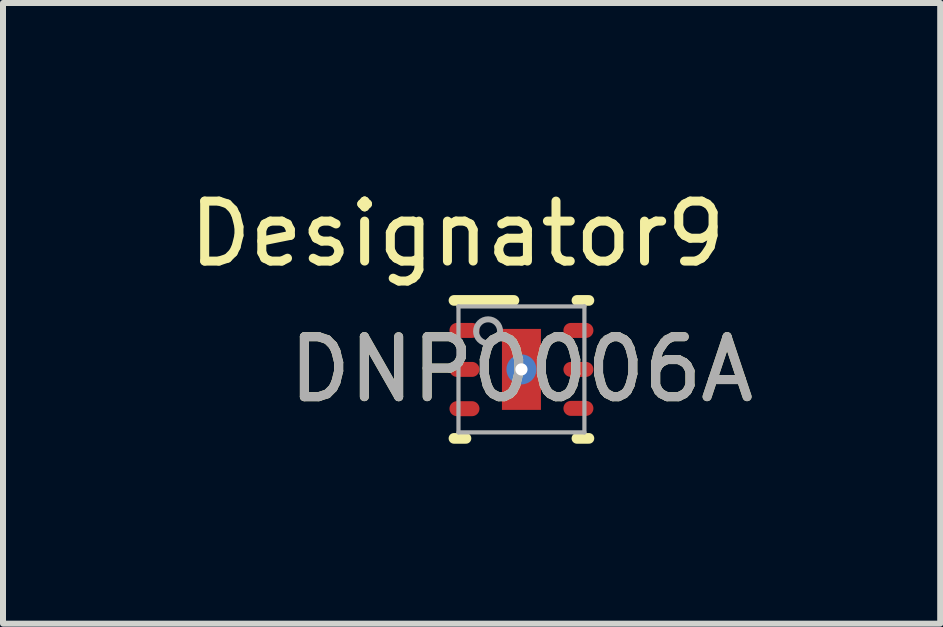
<source format=kicad_pcb>
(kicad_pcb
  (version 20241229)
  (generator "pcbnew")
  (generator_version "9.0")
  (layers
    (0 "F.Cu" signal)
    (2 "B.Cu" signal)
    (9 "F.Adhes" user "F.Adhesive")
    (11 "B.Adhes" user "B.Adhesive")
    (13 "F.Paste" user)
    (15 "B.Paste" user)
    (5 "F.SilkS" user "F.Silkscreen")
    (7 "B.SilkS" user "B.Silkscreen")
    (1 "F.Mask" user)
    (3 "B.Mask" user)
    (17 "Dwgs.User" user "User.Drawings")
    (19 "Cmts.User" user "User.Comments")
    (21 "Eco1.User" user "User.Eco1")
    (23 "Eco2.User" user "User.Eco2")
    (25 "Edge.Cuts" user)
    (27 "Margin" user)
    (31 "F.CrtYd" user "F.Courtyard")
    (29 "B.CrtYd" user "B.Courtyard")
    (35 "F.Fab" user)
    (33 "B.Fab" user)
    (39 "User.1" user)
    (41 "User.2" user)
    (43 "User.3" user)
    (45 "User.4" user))
  (footprint "DNP0006A"
    (layer "F.Cu")
    (at 5.644 3.109)
    (property "Reference" "DNP0006A" (at 0 0 0) (unlocked yes) (layer "F.SilkS") (effects (font (size 1 1) (thickness 0.15))))
    (attr smd)
    (fp_line (start -1.125 -1.15) (end -0.125 -1.15) (stroke (width 0.178) (type solid)) (layer "F.SilkS"))
    (fp_line (start -1.125 1.15) (end -0.925 1.15) (stroke (width 0.178) (type solid)) (layer "F.SilkS"))
    (fp_line (start 0.925 -1.15) (end 1.125 -1.15) (stroke (width 0.178) (type solid)) (layer "F.SilkS"))
    (fp_line (start 0.925 1.15) (end 1.125 1.15) (stroke (width 0.178) (type solid)) (layer "F.SilkS"))
    (fp_poly (pts (xy 0.31 0.625) (xy 0.31 -0.625) (xy -0.31 -0.625) (xy -0.31 0.625)) (stroke (width 0) (type solid)) (fill yes) (layer "F.Paste"))
    (fp_line (start -1.05 -1.05) (end 1.05 -1.05) (stroke (width 0.07) (type solid)) (layer "F.Fab"))
    (fp_line (start -1.05 1.05) (end -1.05 -1.05) (stroke (width 0.07) (type solid)) (layer "F.Fab"))
    (fp_line (start -1.05 1.05) (end 1.05 1.05) (stroke (width 0.07) (type solid)) (layer "F.Fab"))
    (fp_line (start 1.05 1.05) (end 1.05 -1.05) (stroke (width 0.07) (type solid)) (layer "F.Fab"))
    (fp_circle (center -0.556 -0.635) (end -0.356 -0.635) (stroke (width 0.1) (type solid)) (fill no) (layer "F.Fab"))
    (fp_text user "Designator9" (at -1.067 -2.261 0) (unlocked yes) (layer "F.SilkS") (effects (font (size 1 1) (thickness 0.15))))
    (fp_text user "${REFERENCE}" (at 0 0 0) (unlocked yes) (layer "F.Fab") (effects (font (size 1 1) (thickness 0.15))))
    (pad "1" smd oval (at -0.95 -0.65 90) (size 0.25 0.5) (layers "F.Cu" "F.Mask" "F.Paste"))
    (pad "2" smd oval (at -0.95 0 90) (size 0.25 0.5) (layers "F.Cu" "F.Mask" "F.Paste"))
    (pad "3" smd oval (at -0.95 0.655 90) (size 0.25 0.5) (layers "F.Cu" "F.Mask" "F.Paste"))
    (pad "4" smd oval (at 0.95 0.65 90) (size 0.25 0.5) (layers "F.Cu" "F.Mask" "F.Paste"))
    (pad "5" smd oval (at 0.95 0 90) (size 0.25 0.5) (layers "F.Cu" "F.Mask" "F.Paste"))
    (pad "6" smd oval (at 0.95 -0.65 90) (size 0.25 0.5) (layers "F.Cu" "F.Mask" "F.Paste"))
    (pad "7" smd rect (at 0 0) (size 0.65 1.35) (layers "F.Cu" "F.Mask"))
    (pad "V" thru_hole circle (at 0 0) (size 0.5 0.5) (drill 0.203) (layers "*.Cu" "*.Mask")))
  (gr_rect
    (start -3 -3)
    (end 12.626 7.348)
    (stroke (width 0.1) (type default))
    (fill no)
    (layer "Edge.Cuts")))
</source>
